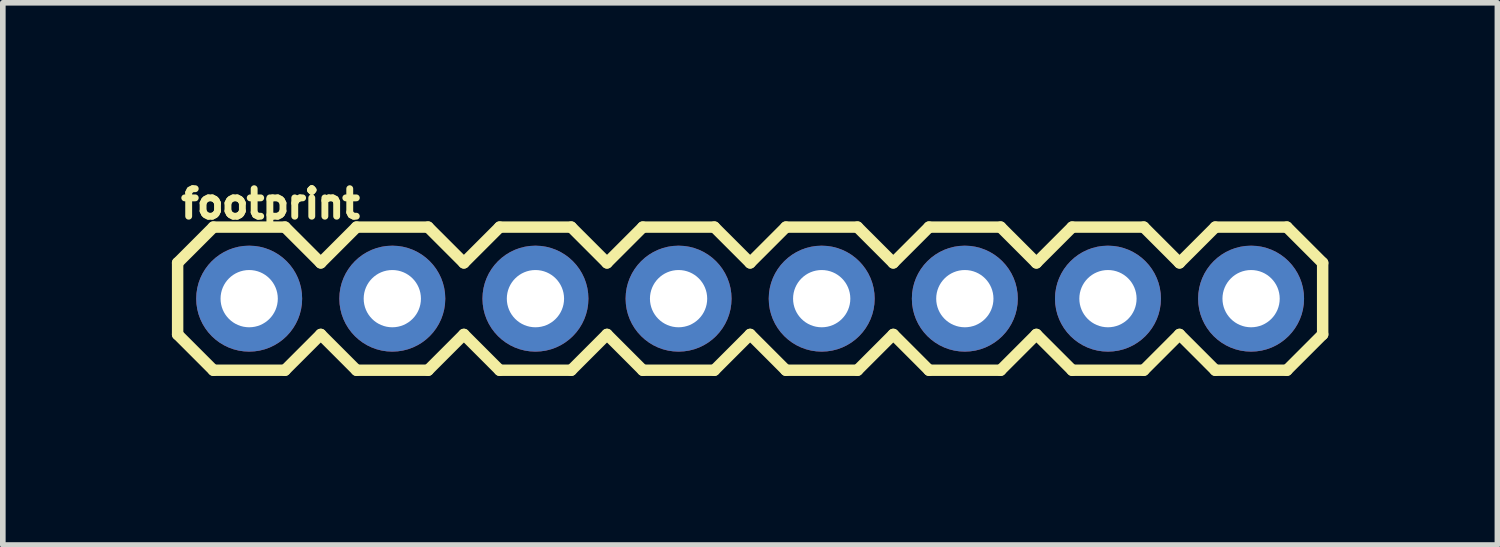
<source format=kicad_pcb>
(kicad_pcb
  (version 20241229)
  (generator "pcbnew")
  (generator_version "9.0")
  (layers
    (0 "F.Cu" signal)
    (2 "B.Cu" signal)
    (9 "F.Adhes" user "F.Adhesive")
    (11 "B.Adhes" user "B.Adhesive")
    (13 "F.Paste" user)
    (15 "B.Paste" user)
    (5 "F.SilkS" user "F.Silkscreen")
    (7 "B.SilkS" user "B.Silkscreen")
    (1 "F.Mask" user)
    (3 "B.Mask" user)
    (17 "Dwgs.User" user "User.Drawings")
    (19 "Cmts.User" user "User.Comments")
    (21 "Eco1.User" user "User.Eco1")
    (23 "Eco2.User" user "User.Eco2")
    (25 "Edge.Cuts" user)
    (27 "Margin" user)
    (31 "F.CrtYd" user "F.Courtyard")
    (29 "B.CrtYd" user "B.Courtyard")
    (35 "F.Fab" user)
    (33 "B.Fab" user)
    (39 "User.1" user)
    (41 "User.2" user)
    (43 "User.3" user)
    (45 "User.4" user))
  (footprint "footprint"
    (layer "F.Cu")
    (at 1.372 2.25)
    (property "Reference" "footprint" (at -1.27 -1.397 0) (layer "F.SilkS") (effects (font (size 0.488 0.488) (thickness 0.122)) (justify left bottom)))
    (fp_line (start -1.27 -0.635) (end -1.27 0.635) (stroke (width 0.203) (type solid)) (layer "F.SilkS"))
    (fp_line (start -1.27 0.635) (end -0.635 1.27) (stroke (width 0.203) (type solid)) (layer "F.SilkS"))
    (fp_line (start -0.635 -1.27) (end -1.27 -0.635) (stroke (width 0.203) (type solid)) (layer "F.SilkS"))
    (fp_line (start -0.635 -1.27) (end 0.635 -1.27) (stroke (width 0.203) (type solid)) (layer "F.SilkS"))
    (fp_line (start 0.635 -1.27) (end 1.27 -0.635) (stroke (width 0.203) (type solid)) (layer "F.SilkS"))
    (fp_line (start 0.635 1.27) (end -0.635 1.27) (stroke (width 0.203) (type solid)) (layer "F.SilkS"))
    (fp_line (start 1.27 -0.635) (end 1.905 -1.27) (stroke (width 0.203) (type solid)) (layer "F.SilkS"))
    (fp_line (start 1.27 0.635) (end 0.635 1.27) (stroke (width 0.203) (type solid)) (layer "F.SilkS"))
    (fp_line (start 1.905 -1.27) (end 3.175 -1.27) (stroke (width 0.203) (type solid)) (layer "F.SilkS"))
    (fp_line (start 1.905 1.27) (end 1.27 0.635) (stroke (width 0.203) (type solid)) (layer "F.SilkS"))
    (fp_line (start 3.175 -1.27) (end 3.81 -0.635) (stroke (width 0.203) (type solid)) (layer "F.SilkS"))
    (fp_line (start 3.175 1.27) (end 1.905 1.27) (stroke (width 0.203) (type solid)) (layer "F.SilkS"))
    (fp_line (start 3.81 -0.635) (end 4.445 -1.27) (stroke (width 0.203) (type solid)) (layer "F.SilkS"))
    (fp_line (start 3.81 0.635) (end 3.175 1.27) (stroke (width 0.203) (type solid)) (layer "F.SilkS"))
    (fp_line (start 4.445 -1.27) (end 5.715 -1.27) (stroke (width 0.203) (type solid)) (layer "F.SilkS"))
    (fp_line (start 4.445 1.27) (end 3.81 0.635) (stroke (width 0.203) (type solid)) (layer "F.SilkS"))
    (fp_line (start 5.715 -1.27) (end 6.35 -0.635) (stroke (width 0.203) (type solid)) (layer "F.SilkS"))
    (fp_line (start 5.715 1.27) (end 4.445 1.27) (stroke (width 0.203) (type solid)) (layer "F.SilkS"))
    (fp_line (start 6.35 0.635) (end 5.715 1.27) (stroke (width 0.203) (type solid)) (layer "F.SilkS"))
    (fp_line (start 6.35 0.635) (end 6.985 1.27) (stroke (width 0.203) (type solid)) (layer "F.SilkS"))
    (fp_line (start 6.985 -1.27) (end 6.35 -0.635) (stroke (width 0.203) (type solid)) (layer "F.SilkS"))
    (fp_line (start 6.985 -1.27) (end 8.255 -1.27) (stroke (width 0.203) (type solid)) (layer "F.SilkS"))
    (fp_line (start 8.255 -1.27) (end 8.89 -0.635) (stroke (width 0.203) (type solid)) (layer "F.SilkS"))
    (fp_line (start 8.255 1.27) (end 6.985 1.27) (stroke (width 0.203) (type solid)) (layer "F.SilkS"))
    (fp_line (start 8.89 -0.635) (end 9.525 -1.27) (stroke (width 0.203) (type solid)) (layer "F.SilkS"))
    (fp_line (start 8.89 0.635) (end 8.255 1.27) (stroke (width 0.203) (type solid)) (layer "F.SilkS"))
    (fp_line (start 9.525 -1.27) (end 10.795 -1.27) (stroke (width 0.203) (type solid)) (layer "F.SilkS"))
    (fp_line (start 9.525 1.27) (end 8.89 0.635) (stroke (width 0.203) (type solid)) (layer "F.SilkS"))
    (fp_line (start 10.795 -1.27) (end 11.43 -0.635) (stroke (width 0.203) (type solid)) (layer "F.SilkS"))
    (fp_line (start 10.795 1.27) (end 9.525 1.27) (stroke (width 0.203) (type solid)) (layer "F.SilkS"))
    (fp_line (start 11.43 -0.635) (end 12.065 -1.27) (stroke (width 0.203) (type solid)) (layer "F.SilkS"))
    (fp_line (start 11.43 0.635) (end 10.795 1.27) (stroke (width 0.203) (type solid)) (layer "F.SilkS"))
    (fp_line (start 12.065 -1.27) (end 13.335 -1.27) (stroke (width 0.203) (type solid)) (layer "F.SilkS"))
    (fp_line (start 12.065 1.27) (end 11.43 0.635) (stroke (width 0.203) (type solid)) (layer "F.SilkS"))
    (fp_line (start 13.335 -1.27) (end 13.97 -0.635) (stroke (width 0.203) (type solid)) (layer "F.SilkS"))
    (fp_line (start 13.335 1.27) (end 12.065 1.27) (stroke (width 0.203) (type solid)) (layer "F.SilkS"))
    (fp_line (start 13.97 0.635) (end 13.335 1.27) (stroke (width 0.203) (type solid)) (layer "F.SilkS"))
    (fp_line (start 13.97 0.635) (end 14.605 1.27) (stroke (width 0.203) (type solid)) (layer "F.SilkS"))
    (fp_line (start 14.605 -1.27) (end 13.97 -0.635) (stroke (width 0.203) (type solid)) (layer "F.SilkS"))
    (fp_line (start 14.605 -1.27) (end 15.875 -1.27) (stroke (width 0.203) (type solid)) (layer "F.SilkS"))
    (fp_line (start 15.875 -1.27) (end 16.51 -0.635) (stroke (width 0.203) (type solid)) (layer "F.SilkS"))
    (fp_line (start 15.875 1.27) (end 14.605 1.27) (stroke (width 0.203) (type solid)) (layer "F.SilkS"))
    (fp_line (start 16.51 0.635) (end 15.875 1.27) (stroke (width 0.203) (type solid)) (layer "F.SilkS"))
    (fp_line (start 16.51 0.635) (end 17.145 1.27) (stroke (width 0.203) (type solid)) (layer "F.SilkS"))
    (fp_line (start 17.145 -1.27) (end 16.51 -0.635) (stroke (width 0.203) (type solid)) (layer "F.SilkS"))
    (fp_line (start 17.145 -1.27) (end 18.415 -1.27) (stroke (width 0.203) (type solid)) (layer "F.SilkS"))
    (fp_line (start 18.415 -1.27) (end 19.05 -0.635) (stroke (width 0.203) (type solid)) (layer "F.SilkS"))
    (fp_line (start 18.415 1.27) (end 17.145 1.27) (stroke (width 0.203) (type solid)) (layer "F.SilkS"))
    (fp_line (start 19.05 -0.635) (end 19.05 0.635) (stroke (width 0.203) (type solid)) (layer "F.SilkS"))
    (fp_line (start 19.05 0.635) (end 18.415 1.27) (stroke (width 0.203) (type solid)) (layer "F.SilkS"))
    (fp_poly (pts (xy -0.254 0.254) (xy 0.254 0.254) (xy 0.254 -0.254) (xy -0.254 -0.254)) (stroke (width 0.1) (type solid)) (fill no) (layer "F.Fab"))
    (fp_poly (pts (xy 2.286 0.254) (xy 2.794 0.254) (xy 2.794 -0.254) (xy 2.286 -0.254)) (stroke (width 0.1) (type solid)) (fill no) (layer "F.Fab"))
    (fp_poly (pts (xy 4.826 0.254) (xy 5.334 0.254) (xy 5.334 -0.254) (xy 4.826 -0.254)) (stroke (width 0.1) (type solid)) (fill no) (layer "F.Fab"))
    (fp_poly (pts (xy 7.366 0.254) (xy 7.874 0.254) (xy 7.874 -0.254) (xy 7.366 -0.254)) (stroke (width 0.1) (type solid)) (fill no) (layer "F.Fab"))
    (fp_poly (pts (xy 9.906 0.254) (xy 10.414 0.254) (xy 10.414 -0.254) (xy 9.906 -0.254)) (stroke (width 0.1) (type solid)) (fill no) (layer "F.Fab"))
    (fp_poly (pts (xy 12.446 0.254) (xy 12.954 0.254) (xy 12.954 -0.254) (xy 12.446 -0.254)) (stroke (width 0.1) (type solid)) (fill no) (layer "F.Fab"))
    (fp_poly (pts (xy 14.986 0.254) (xy 15.494 0.254) (xy 15.494 -0.254) (xy 14.986 -0.254)) (stroke (width 0.1) (type solid)) (fill no) (layer "F.Fab"))
    (fp_poly (pts (xy 17.526 0.254) (xy 18.034 0.254) (xy 18.034 -0.254) (xy 17.526 -0.254)) (stroke (width 0.1) (type solid)) (fill no) (layer "F.Fab"))
    (pad "1" thru_hole circle (at 0 0 90) (size 1.88 1.88) (drill 1.016) (layers "*.Cu" "*.Mask"))
    (pad "2" thru_hole circle (at 2.54 0 90) (size 1.88 1.88) (drill 1.016) (layers "*.Cu" "*.Mask"))
    (pad "3" thru_hole circle (at 5.08 0 90) (size 1.88 1.88) (drill 1.016) (layers "*.Cu" "*.Mask"))
    (pad "4" thru_hole circle (at 7.62 0 90) (size 1.88 1.88) (drill 1.016) (layers "*.Cu" "*.Mask"))
    (pad "5" thru_hole circle (at 10.16 0 90) (size 1.88 1.88) (drill 1.016) (layers "*.Cu" "*.Mask"))
    (pad "6" thru_hole circle (at 12.7 0 90) (size 1.88 1.88) (drill 1.016) (layers "*.Cu" "*.Mask"))
    (pad "7" thru_hole circle (at 15.24 0 90) (size 1.88 1.88) (drill 1.016) (layers "*.Cu" "*.Mask"))
    (pad "8" thru_hole circle (at 17.78 0 90) (size 1.88 1.88) (drill 1.016) (layers "*.Cu" "*.Mask")))
  (gr_rect
    (start -3 -3)
    (end 23.523 6.622)
    (stroke (width 0.1) (type default))
    (fill no)
    (layer "Edge.Cuts")))
</source>
